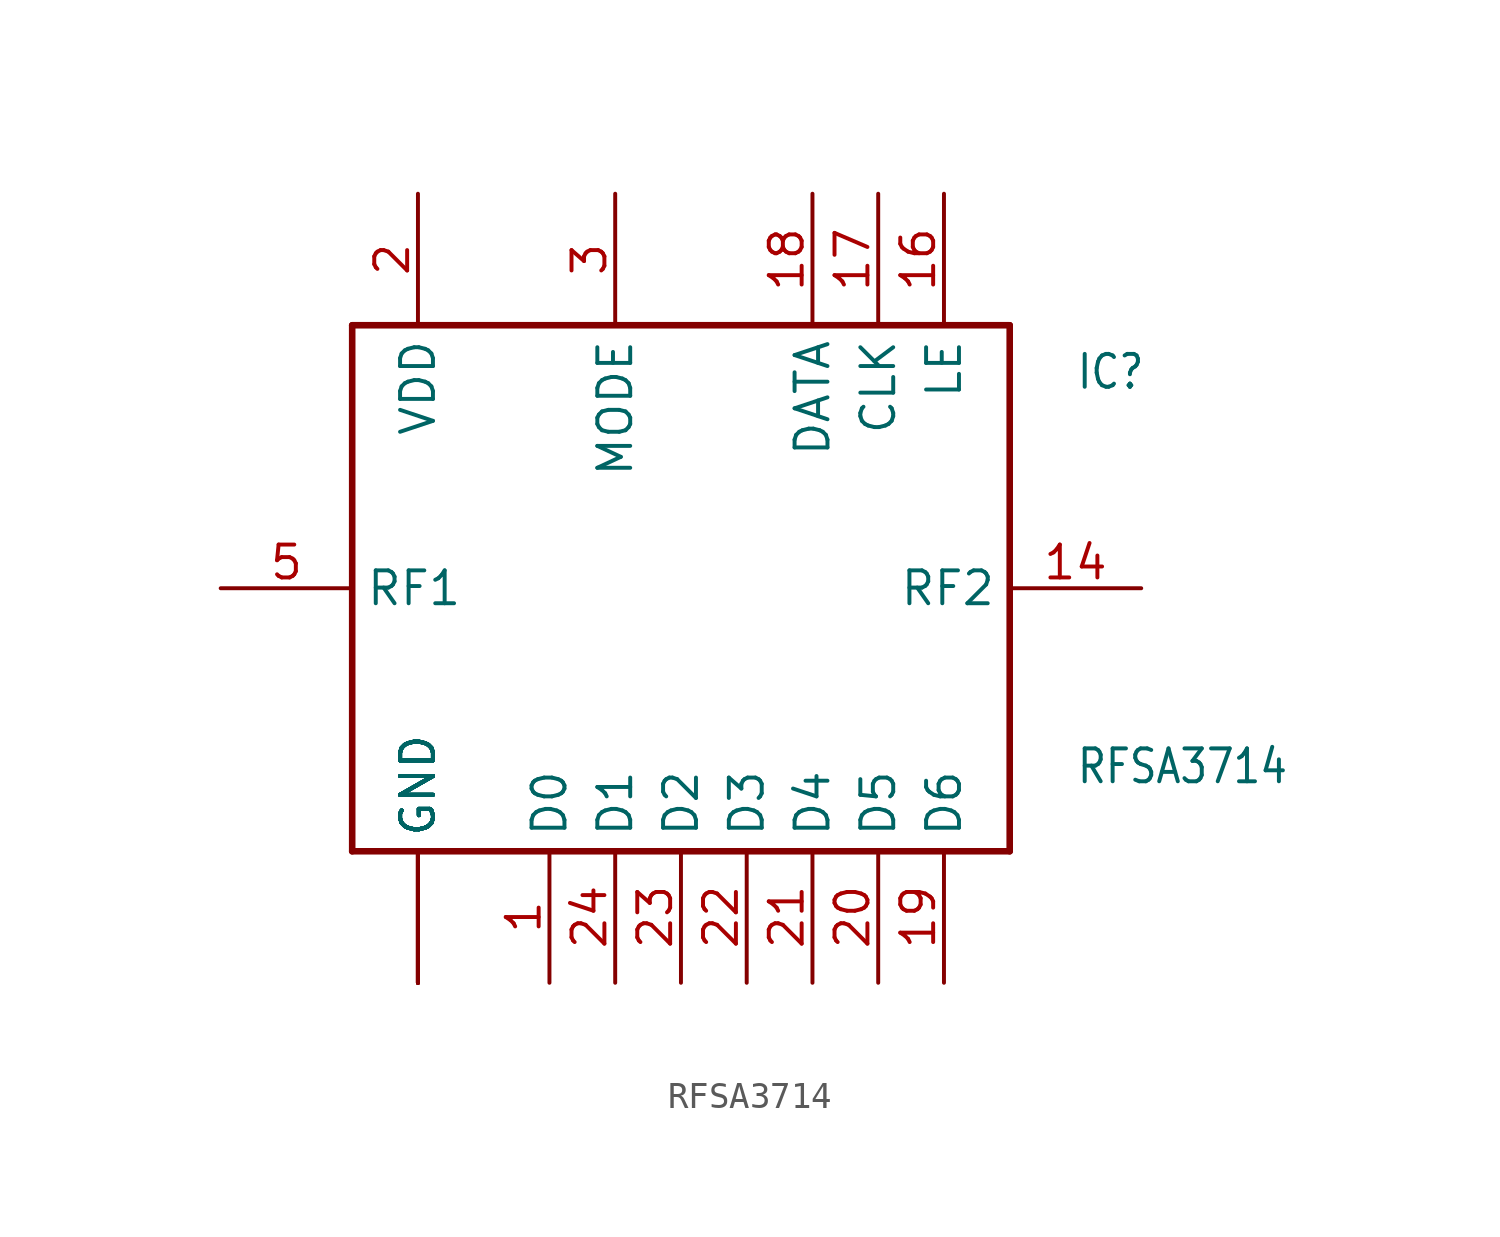
<source format=kicad_sym>
(kicad_symbol_lib
  (version 20201005)
  (generator kicad_symbol_editor)
  (symbol "RFSA3714"
    (property "Reference" "IC"
      (at 20.32 7.62 0)
      (effects (font (size 1.27 1.079)) (justify left bottom)))
    (property "Value" "RFSA3714"
      (at 20.32 -7.62 0)
      (effects (font (size 1.27 1.079)) (justify left bottom)))
    (property "ki_locked" ""
      (at 0 0 0)
      (effects (font (size 1.27 1.27))))
    (symbol "RFSA3714_1_0"
      (polyline (pts (xy -7.62 -10.16) (xy -7.62 10.16)) (stroke (width 0.254)) (fill (type none)))
      (polyline (pts (xy -7.62 10.16) (xy 17.78 10.16)) (stroke (width 0.254)) (fill (type none)))
      (polyline (pts (xy 17.78 -10.16) (xy -7.62 -10.16)) (stroke (width 0.254)) (fill (type none)))
      (polyline (pts (xy 17.78 10.16) (xy 17.78 -10.16)) (stroke (width 0.254)) (fill (type none)))
      (pin bidirectional line (at 0 -15.24 90) (length 5.08) (name "D0" (effects (font (size 1.27 1.27)))) (number "1" (effects (font (size 1.27 1.27)))))
      (pin bidirectional line (at -5.08 -15.24 90) (length 5.08) (name "GND" (effects (font (size 1.27 1.27)))) (number "10" (effects (font (size 0 0)))))
      (pin bidirectional line (at -5.08 -15.24 90) (length 5.08) (name "GND" (effects (font (size 1.27 1.27)))) (number "11" (effects (font (size 0 0)))))
      (pin bidirectional line (at -5.08 -15.24 90) (length 5.08) (name "GND" (effects (font (size 1.27 1.27)))) (number "12" (effects (font (size 0 0)))))
      (pin bidirectional line (at -5.08 -15.24 90) (length 5.08) (name "GND" (effects (font (size 1.27 1.27)))) (number "13" (effects (font (size 0 0)))))
      (pin bidirectional line (at 22.86 0 180) (length 5.08) (name "RF2" (effects (font (size 1.27 1.27)))) (number "14" (effects (font (size 1.27 1.27)))))
      (pin bidirectional line (at -5.08 -15.24 90) (length 5.08) (name "GND" (effects (font (size 1.27 1.27)))) (number "15" (effects (font (size 0 0)))))
      (pin bidirectional line (at 15.24 15.24 270) (length 5.08) (name "LE" (effects (font (size 1.27 1.27)))) (number "16" (effects (font (size 1.27 1.27)))))
      (pin bidirectional line (at 12.7 15.24 270) (length 5.08) (name "CLK" (effects (font (size 1.27 1.27)))) (number "17" (effects (font (size 1.27 1.27)))))
      (pin bidirectional line (at 10.16 15.24 270) (length 5.08) (name "DATA" (effects (font (size 1.27 1.27)))) (number "18" (effects (font (size 1.27 1.27)))))
      (pin bidirectional line (at 15.24 -15.24 90) (length 5.08) (name "D6" (effects (font (size 1.27 1.27)))) (number "19" (effects (font (size 1.27 1.27)))))
      (pin bidirectional line (at -5.08 15.24 270) (length 5.08) (name "VDD" (effects (font (size 1.27 1.27)))) (number "2" (effects (font (size 1.27 1.27)))))
      (pin bidirectional line (at 12.7 -15.24 90) (length 5.08) (name "D5" (effects (font (size 1.27 1.27)))) (number "20" (effects (font (size 1.27 1.27)))))
      (pin bidirectional line (at 10.16 -15.24 90) (length 5.08) (name "D4" (effects (font (size 1.27 1.27)))) (number "21" (effects (font (size 1.27 1.27)))))
      (pin bidirectional line (at 7.62 -15.24 90) (length 5.08) (name "D3" (effects (font (size 1.27 1.27)))) (number "22" (effects (font (size 1.27 1.27)))))
      (pin bidirectional line (at 5.08 -15.24 90) (length 5.08) (name "D2" (effects (font (size 1.27 1.27)))) (number "23" (effects (font (size 1.27 1.27)))))
      (pin bidirectional line (at 2.54 -15.24 90) (length 5.08) (name "D1" (effects (font (size 1.27 1.27)))) (number "24" (effects (font (size 1.27 1.27)))))
      (pin bidirectional line (at -5.08 -15.24 90) (length 5.08) (name "GND" (effects (font (size 1.27 1.27)))) (number "25" (effects (font (size 0 0)))))
      (pin bidirectional line (at 2.54 15.24 270) (length 5.08) (name "MODE" (effects (font (size 1.27 1.27)))) (number "3" (effects (font (size 1.27 1.27)))))
      (pin bidirectional line (at -5.08 -15.24 90) (length 5.08) (name "GND" (effects (font (size 1.27 1.27)))) (number "4" (effects (font (size 0 0)))))
      (pin bidirectional line (at -12.7 0 0) (length 5.08) (name "RF1" (effects (font (size 1.27 1.27)))) (number "5" (effects (font (size 1.27 1.27)))))
      (pin bidirectional line (at -5.08 -15.24 90) (length 5.08) (name "GND" (effects (font (size 1.27 1.27)))) (number "6" (effects (font (size 0 0)))))
      (pin bidirectional line (at -5.08 -15.24 90) (length 5.08) (name "GND" (effects (font (size 1.27 1.27)))) (number "7" (effects (font (size 0 0)))))
      (pin bidirectional line (at -5.08 -15.24 90) (length 5.08) (name "GND" (effects (font (size 1.27 1.27)))) (number "8" (effects (font (size 0 0)))))
      (pin bidirectional line (at -5.08 -15.24 90) (length 5.08) (name "GND" (effects (font (size 1.27 1.27)))) (number "9" (effects (font (size 0 0))))))))
</source>
